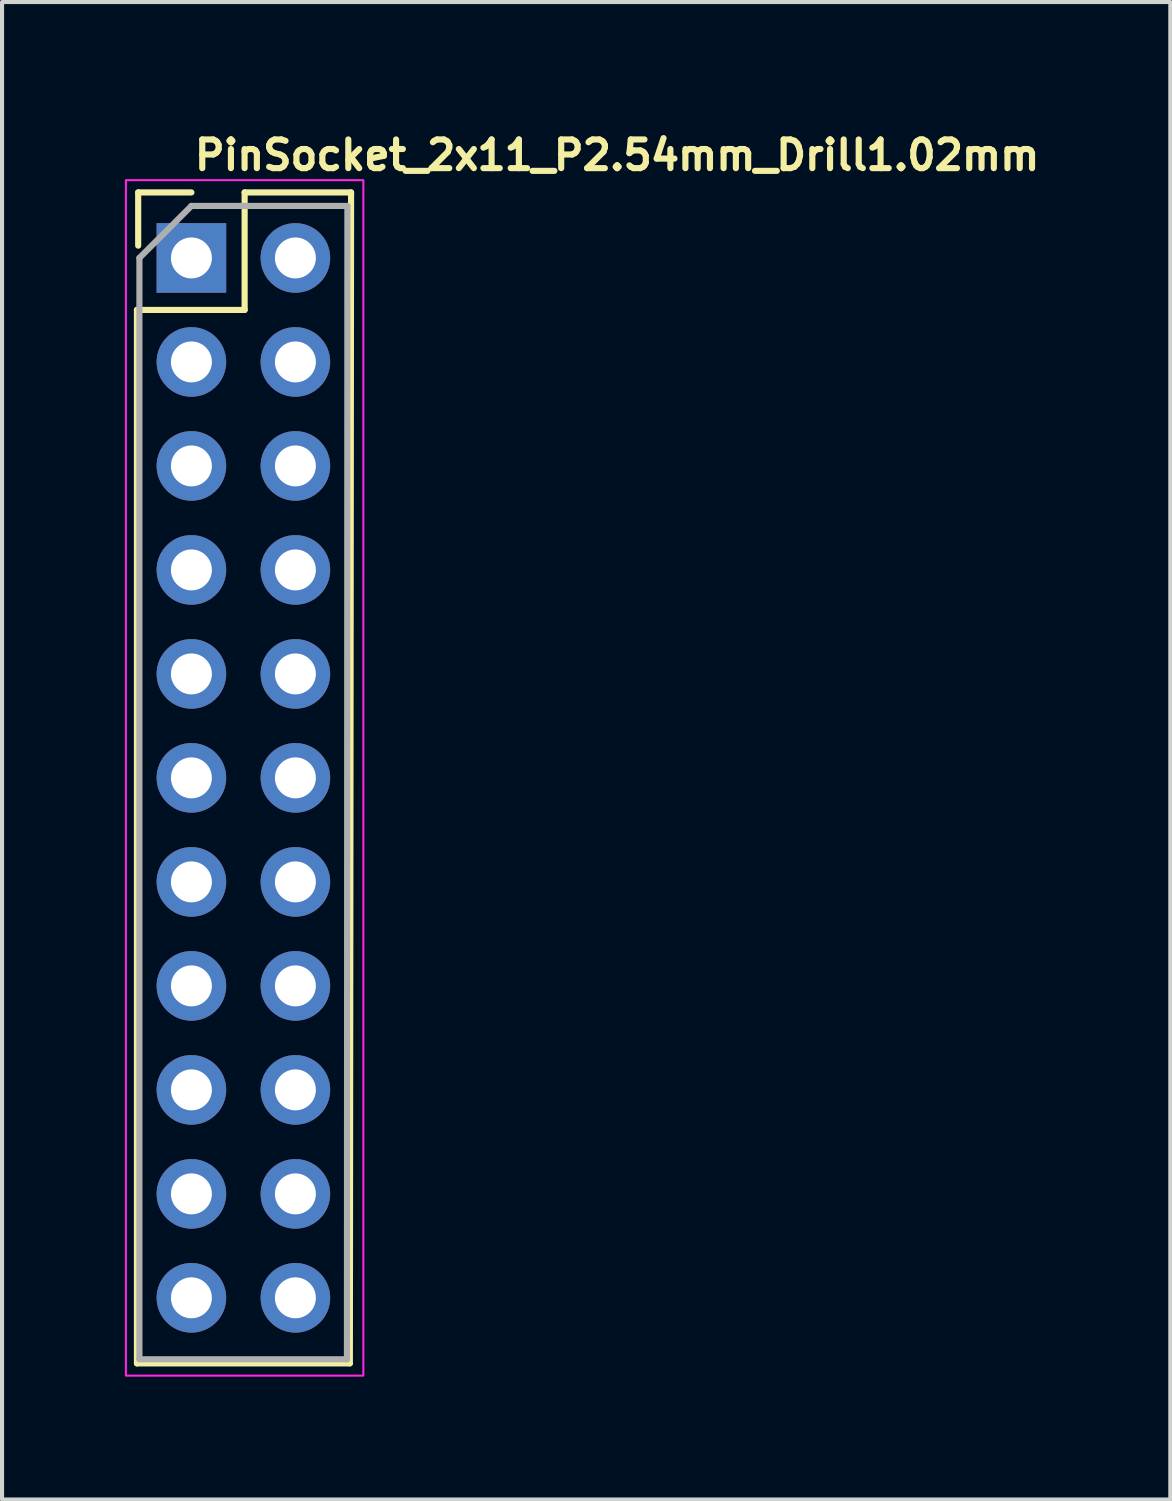
<source format=kicad_pcb>
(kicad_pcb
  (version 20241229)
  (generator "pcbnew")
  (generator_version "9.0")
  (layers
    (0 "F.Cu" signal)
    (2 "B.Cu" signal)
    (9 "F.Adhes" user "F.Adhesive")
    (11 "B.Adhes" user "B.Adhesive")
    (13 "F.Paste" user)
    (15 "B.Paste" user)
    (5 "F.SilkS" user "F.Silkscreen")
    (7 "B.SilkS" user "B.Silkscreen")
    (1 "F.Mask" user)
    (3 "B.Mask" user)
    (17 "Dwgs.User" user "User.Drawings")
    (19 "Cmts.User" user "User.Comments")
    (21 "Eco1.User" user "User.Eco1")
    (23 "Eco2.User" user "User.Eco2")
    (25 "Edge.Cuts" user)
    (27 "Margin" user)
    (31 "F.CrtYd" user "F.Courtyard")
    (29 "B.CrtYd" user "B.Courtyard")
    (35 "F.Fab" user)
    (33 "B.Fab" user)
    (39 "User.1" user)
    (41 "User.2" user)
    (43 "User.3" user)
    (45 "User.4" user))
  (footprint "PinSocket_2x11_P2.54mm_Drill1.02mm"
    (layer "F.Cu")
    (at 1.625 3.25)
    (property "Reference" "PinSocket_2x11_P2.54mm_Drill1.02mm" (at 0 -2.1 0) (layer "F.SilkS") (effects (font (size 0.7 0.7) (thickness 0.15)) (justify left bottom)))
    (attr through_hole)
    (fp_line (start -1.33 1.27) (end -1.33 27) (stroke (width 0.15) (type solid)) (layer "F.SilkS"))
    (fp_line (start -1.33 1.27) (end 1.3 1.27) (stroke (width 0.15) (type solid)) (layer "F.SilkS"))
    (fp_line (start -1.33 27) (end 3.87 27) (stroke (width 0.15) (type solid)) (layer "F.SilkS"))
    (fp_line (start -1.3 -1.6) (end 0 -1.6) (stroke (width 0.15) (type solid)) (layer "F.SilkS"))
    (fp_line (start -1.3 -0.3) (end -1.3 -1.6) (stroke (width 0.15) (type solid)) (layer "F.SilkS"))
    (fp_line (start 1.3 -1.6) (end 3.9 -1.6) (stroke (width 0.15) (type solid)) (layer "F.SilkS"))
    (fp_line (start 1.3 1.27) (end 1.3 -1.6) (stroke (width 0.15) (type solid)) (layer "F.SilkS"))
    (fp_line (start 3.9 -1.6) (end 3.87 27) (stroke (width 0.15) (type solid)) (layer "F.SilkS"))
    (fp_rect (start -1.6 -1.9) (end 4.2 27.3) (stroke (width 0.05) (type solid)) (fill no) (layer "F.CrtYd"))
    (fp_line (start -1.27 0) (end 0 -1.27) (stroke (width 0.15) (type solid)) (layer "F.Fab"))
    (fp_line (start -1.27 26.9) (end -1.27 0) (stroke (width 0.15) (type solid)) (layer "F.Fab"))
    (fp_line (start 0 -1.27) (end 3.81 -1.27) (stroke (width 0.15) (type solid)) (layer "F.Fab"))
    (fp_line (start 3.799 26.9) (end -1.27 26.9) (stroke (width 0.15) (type solid)) (layer "F.Fab"))
    (fp_line (start 3.81 -1.27) (end 3.799 26.9) (stroke (width 0.15) (type solid)) (layer "F.Fab"))
    (fp_rect (start -1.27 -1.52) (end 3.81 26.92) (stroke (width 0.1) (type solid)) (fill no) (layer "User.5"))
    (fp_line (start -1.27 -1.52) (end -1.27 26.92) (stroke (width 0.02) (type solid)) (layer "User.9"))
    (fp_line (start -1.27 -1.52) (end 3.81 -1.52) (stroke (width 0.02) (type solid)) (layer "User.9"))
    (fp_line (start -1.27 26.92) (end 3.81 26.92) (stroke (width 0.02) (type solid)) (layer "User.9"))
    (fp_line (start -0.55 -0.55) (end -0.349 -0.349) (stroke (width 0.02) (type solid)) (layer "User.9"))
    (fp_line (start -0.55 -0.55) (end 0.55 -0.55) (stroke (width 0.02) (type solid)) (layer "User.9"))
    (fp_line (start -0.55 0.55) (end -0.55 -0.55) (stroke (width 0.02) (type solid)) (layer "User.9"))
    (fp_line (start -0.55 0.55) (end -0.349 0.349) (stroke (width 0.02) (type solid)) (layer "User.9"))
    (fp_line (start -0.55 1.99) (end -0.349 2.19) (stroke (width 0.02) (type solid)) (layer "User.9"))
    (fp_line (start -0.55 1.99) (end 0.55 1.99) (stroke (width 0.02) (type solid)) (layer "User.9"))
    (fp_line (start -0.55 3.09) (end -0.55 1.99) (stroke (width 0.02) (type solid)) (layer "User.9"))
    (fp_line (start -0.55 3.09) (end -0.349 2.89) (stroke (width 0.02) (type solid)) (layer "User.9"))
    (fp_line (start -0.55 4.53) (end -0.349 4.73) (stroke (width 0.02) (type solid)) (layer "User.9"))
    (fp_line (start -0.55 4.53) (end 0.55 4.53) (stroke (width 0.02) (type solid)) (layer "User.9"))
    (fp_line (start -0.55 5.63) (end -0.55 4.53) (stroke (width 0.02) (type solid)) (layer "User.9"))
    (fp_line (start -0.55 5.63) (end -0.349 5.43) (stroke (width 0.02) (type solid)) (layer "User.9"))
    (fp_line (start -0.55 7.07) (end -0.349 7.269) (stroke (width 0.02) (type solid)) (layer "User.9"))
    (fp_line (start -0.55 7.07) (end 0.55 7.07) (stroke (width 0.02) (type solid)) (layer "User.9"))
    (fp_line (start -0.55 8.17) (end -0.55 7.07) (stroke (width 0.02) (type solid)) (layer "User.9"))
    (fp_line (start -0.55 8.17) (end -0.349 7.97) (stroke (width 0.02) (type solid)) (layer "User.9"))
    (fp_line (start -0.55 9.61) (end -0.349 9.81) (stroke (width 0.02) (type solid)) (layer "User.9"))
    (fp_line (start -0.55 9.61) (end 0.55 9.61) (stroke (width 0.02) (type solid)) (layer "User.9"))
    (fp_line (start -0.55 10.71) (end -0.55 9.61) (stroke (width 0.02) (type solid)) (layer "User.9"))
    (fp_line (start -0.55 10.71) (end -0.349 10.51) (stroke (width 0.02) (type solid)) (layer "User.9"))
    (fp_line (start -0.55 12.15) (end -0.349 12.35) (stroke (width 0.02) (type solid)) (layer "User.9"))
    (fp_line (start -0.55 12.15) (end 0.55 12.15) (stroke (width 0.02) (type solid)) (layer "User.9"))
    (fp_line (start -0.55 13.25) (end -0.55 12.15) (stroke (width 0.02) (type solid)) (layer "User.9"))
    (fp_line (start -0.55 13.25) (end -0.349 13.05) (stroke (width 0.02) (type solid)) (layer "User.9"))
    (fp_line (start -0.55 14.69) (end -0.349 14.89) (stroke (width 0.02) (type solid)) (layer "User.9"))
    (fp_line (start -0.55 14.69) (end 0.55 14.69) (stroke (width 0.02) (type solid)) (layer "User.9"))
    (fp_line (start -0.55 15.789) (end -0.55 14.69) (stroke (width 0.02) (type solid)) (layer "User.9"))
    (fp_line (start -0.55 15.789) (end -0.349 15.59) (stroke (width 0.02) (type solid)) (layer "User.9"))
    (fp_line (start -0.55 17.23) (end -0.349 17.43) (stroke (width 0.02) (type solid)) (layer "User.9"))
    (fp_line (start -0.55 17.23) (end 0.55 17.23) (stroke (width 0.02) (type solid)) (layer "User.9"))
    (fp_line (start -0.55 18.329) (end -0.55 17.23) (stroke (width 0.02) (type solid)) (layer "User.9"))
    (fp_line (start -0.55 18.329) (end -0.349 18.129) (stroke (width 0.02) (type solid)) (layer "User.9"))
    (fp_line (start -0.55 19.77) (end -0.349 19.969) (stroke (width 0.02) (type solid)) (layer "User.9"))
    (fp_line (start -0.55 19.77) (end 0.55 19.77) (stroke (width 0.02) (type solid)) (layer "User.9"))
    (fp_line (start -0.55 20.87) (end -0.55 19.77) (stroke (width 0.02) (type solid)) (layer "User.9"))
    (fp_line (start -0.55 20.87) (end -0.349 20.67) (stroke (width 0.02) (type solid)) (layer "User.9"))
    (fp_line (start -0.55 22.309) (end -0.349 22.51) (stroke (width 0.02) (type solid)) (layer "User.9"))
    (fp_line (start -0.55 22.309) (end 0.55 22.309) (stroke (width 0.02) (type solid)) (layer "User.9"))
    (fp_line (start -0.55 23.41) (end -0.55 22.309) (stroke (width 0.02) (type solid)) (layer "User.9"))
    (fp_line (start -0.55 23.41) (end -0.349 23.209) (stroke (width 0.02) (type solid)) (layer "User.9"))
    (fp_line (start -0.55 24.85) (end -0.349 25.049) (stroke (width 0.02) (type solid)) (layer "User.9"))
    (fp_line (start -0.55 24.85) (end 0.55 24.85) (stroke (width 0.02) (type solid)) (layer "User.9"))
    (fp_line (start -0.55 25.95) (end -0.55 24.85) (stroke (width 0.02) (type solid)) (layer "User.9"))
    (fp_line (start -0.55 25.95) (end -0.349 25.75) (stroke (width 0.02) (type solid)) (layer "User.9"))
    (fp_line (start -0.349 -0.349) (end -0.349 0.349) (stroke (width 0.02) (type solid)) (layer "User.9"))
    (fp_line (start -0.349 0.349) (end 0.349 0.349) (stroke (width 0.02) (type solid)) (layer "User.9"))
    (fp_line (start -0.349 2.19) (end -0.349 2.89) (stroke (width 0.02) (type solid)) (layer "User.9"))
    (fp_line (start -0.349 2.89) (end 0.349 2.89) (stroke (width 0.02) (type solid)) (layer "User.9"))
    (fp_line (start -0.349 4.73) (end -0.349 5.43) (stroke (width 0.02) (type solid)) (layer "User.9"))
    (fp_line (start -0.349 5.43) (end 0.349 5.43) (stroke (width 0.02) (type solid)) (layer "User.9"))
    (fp_line (start -0.349 7.269) (end -0.349 7.97) (stroke (width 0.02) (type solid)) (layer "User.9"))
    (fp_line (start -0.349 7.97) (end 0.349 7.97) (stroke (width 0.02) (type solid)) (layer "User.9"))
    (fp_line (start -0.349 9.81) (end -0.349 10.51) (stroke (width 0.02) (type solid)) (layer "User.9"))
    (fp_line (start -0.349 10.51) (end 0.349 10.51) (stroke (width 0.02) (type solid)) (layer "User.9"))
    (fp_line (start -0.349 12.35) (end -0.349 13.05) (stroke (width 0.02) (type solid)) (layer "User.9"))
    (fp_line (start -0.349 13.05) (end 0.349 13.05) (stroke (width 0.02) (type solid)) (layer "User.9"))
    (fp_line (start -0.349 14.89) (end -0.349 15.59) (stroke (width 0.02) (type solid)) (layer "User.9"))
    (fp_line (start -0.349 15.59) (end 0.349 15.59) (stroke (width 0.02) (type solid)) (layer "User.9"))
    (fp_line (start -0.349 17.43) (end -0.349 18.129) (stroke (width 0.02) (type solid)) (layer "User.9"))
    (fp_line (start -0.349 18.129) (end 0.349 18.129) (stroke (width 0.02) (type solid)) (layer "User.9"))
    (fp_line (start -0.349 19.969) (end -0.349 20.67) (stroke (width 0.02) (type solid)) (layer "User.9"))
    (fp_line (start -0.349 20.67) (end 0.349 20.67) (stroke (width 0.02) (type solid)) (layer "User.9"))
    (fp_line (start -0.349 22.51) (end -0.349 23.209) (stroke (width 0.02) (type solid)) (layer "User.9"))
    (fp_line (start -0.349 23.209) (end 0.349 23.209) (stroke (width 0.02) (type solid)) (layer "User.9"))
    (fp_line (start -0.349 25.049) (end -0.349 25.75) (stroke (width 0.02) (type solid)) (layer "User.9"))
    (fp_line (start -0.349 25.75) (end 0.349 25.75) (stroke (width 0.02) (type solid)) (layer "User.9"))
    (fp_line (start -0.2 -0.349) (end -0.2 -0.183) (stroke (width 0.02) (type solid)) (layer "User.9"))
    (fp_line (start -0.2 -0.181) (end -0.2 0) (stroke (width 0.02) (type solid)) (layer "User.9"))
    (fp_line (start -0.2 0) (end -0.2 0.181) (stroke (width 0.02) (type solid)) (layer "User.9"))
    (fp_line (start -0.2 0.183) (end -0.2 0.349) (stroke (width 0.02) (type solid)) (layer "User.9"))
    (fp_line (start -0.2 2.19) (end -0.2 2.356) (stroke (width 0.02) (type solid)) (layer "User.9"))
    (fp_line (start -0.2 2.358) (end -0.2 2.54) (stroke (width 0.02) (type solid)) (layer "User.9"))
    (fp_line (start -0.2 2.54) (end -0.2 2.721) (stroke (width 0.02) (type solid)) (layer "User.9"))
    (fp_line (start -0.2 2.723) (end -0.2 2.89) (stroke (width 0.02) (type solid)) (layer "User.9"))
    (fp_line (start -0.2 4.73) (end -0.2 4.896) (stroke (width 0.02) (type solid)) (layer "User.9"))
    (fp_line (start -0.2 4.898) (end -0.2 5.08) (stroke (width 0.02) (type solid)) (layer "User.9"))
    (fp_line (start -0.2 5.08) (end -0.2 5.261) (stroke (width 0.02) (type solid)) (layer "User.9"))
    (fp_line (start -0.2 5.263) (end -0.2 5.43) (stroke (width 0.02) (type solid)) (layer "User.9"))
    (fp_line (start -0.2 7.269) (end -0.2 7.436) (stroke (width 0.02) (type solid)) (layer "User.9"))
    (fp_line (start -0.2 7.438) (end -0.2 7.62) (stroke (width 0.02) (type solid)) (layer "User.9"))
    (fp_line (start -0.2 7.62) (end -0.2 7.801) (stroke (width 0.02) (type solid)) (layer "User.9"))
    (fp_line (start -0.2 7.803) (end -0.2 7.97) (stroke (width 0.02) (type solid)) (layer "User.9"))
    (fp_line (start -0.2 9.81) (end -0.2 9.976) (stroke (width 0.02) (type solid)) (layer "User.9"))
    (fp_line (start -0.2 9.978) (end -0.2 10.16) (stroke (width 0.02) (type solid)) (layer "User.9"))
    (fp_line (start -0.2 10.16) (end -0.2 10.342) (stroke (width 0.02) (type solid)) (layer "User.9"))
    (fp_line (start -0.2 10.343) (end -0.2 10.51) (stroke (width 0.02) (type solid)) (layer "User.9"))
    (fp_line (start -0.2 12.35) (end -0.2 12.516) (stroke (width 0.02) (type solid)) (layer "User.9"))
    (fp_line (start -0.2 12.518) (end -0.2 12.699) (stroke (width 0.02) (type solid)) (layer "User.9"))
    (fp_line (start -0.2 12.699) (end -0.2 12.882) (stroke (width 0.02) (type solid)) (layer "User.9"))
    (fp_line (start -0.2 12.883) (end -0.2 13.05) (stroke (width 0.02) (type solid)) (layer "User.9"))
    (fp_line (start -0.2 14.89) (end -0.2 15.056) (stroke (width 0.02) (type solid)) (layer "User.9"))
    (fp_line (start -0.2 15.058) (end -0.2 15.24) (stroke (width 0.02) (type solid)) (layer "User.9"))
    (fp_line (start -0.2 15.24) (end -0.2 15.422) (stroke (width 0.02) (type solid)) (layer "User.9"))
    (fp_line (start -0.2 15.423) (end -0.2 15.59) (stroke (width 0.02) (type solid)) (layer "User.9"))
    (fp_line (start -0.2 17.43) (end -0.2 17.596) (stroke (width 0.02) (type solid)) (layer "User.9"))
    (fp_line (start -0.2 17.598) (end -0.2 17.78) (stroke (width 0.02) (type solid)) (layer "User.9"))
    (fp_line (start -0.2 17.78) (end -0.2 17.962) (stroke (width 0.02) (type solid)) (layer "User.9"))
    (fp_line (start -0.2 17.963) (end -0.2 18.129) (stroke (width 0.02) (type solid)) (layer "User.9"))
    (fp_line (start -0.2 19.969) (end -0.2 20.136) (stroke (width 0.02) (type solid)) (layer "User.9"))
    (fp_line (start -0.2 20.138) (end -0.2 20.32) (stroke (width 0.02) (type solid)) (layer "User.9"))
    (fp_line (start -0.2 20.32) (end -0.2 20.502) (stroke (width 0.02) (type solid)) (layer "User.9"))
    (fp_line (start -0.2 20.503) (end -0.2 20.67) (stroke (width 0.02) (type solid)) (layer "User.9"))
    (fp_line (start -0.2 22.51) (end -0.2 22.676) (stroke (width 0.02) (type solid)) (layer "User.9"))
    (fp_line (start -0.2 22.677) (end -0.2 22.86) (stroke (width 0.02) (type solid)) (layer "User.9"))
    (fp_line (start -0.2 22.86) (end -0.2 23.042) (stroke (width 0.02) (type solid)) (layer "User.9"))
    (fp_line (start -0.2 23.043) (end -0.2 23.209) (stroke (width 0.02) (type solid)) (layer "User.9"))
    (fp_line (start -0.2 25.049) (end -0.2 25.216) (stroke (width 0.02) (type solid)) (layer "User.9"))
    (fp_line (start -0.2 25.218) (end -0.2 25.399) (stroke (width 0.02) (type solid)) (layer "User.9"))
    (fp_line (start -0.2 25.399) (end -0.2 25.582) (stroke (width 0.02) (type solid)) (layer "User.9"))
    (fp_line (start -0.2 25.583) (end -0.2 25.75) (stroke (width 0.02) (type solid)) (layer "User.9"))
    (fp_line (start 0.2 -0.349) (end 0.2 -0.183) (stroke (width 0.02) (type solid)) (layer "User.9"))
    (fp_line (start 0.2 -0.181) (end -0.2 -0.181) (stroke (width 0.02) (type solid)) (layer "User.9"))
    (fp_line (start 0.2 -0.181) (end 0.2 0) (stroke (width 0.02) (type solid)) (layer "User.9"))
    (fp_line (start 0.2 0) (end -0.2 0) (stroke (width 0.02) (type solid)) (layer "User.9"))
    (fp_line (start 0.2 0) (end 0.2 0.181) (stroke (width 0.02) (type solid)) (layer "User.9"))
    (fp_line (start 0.2 0.181) (end -0.2 0.181) (stroke (width 0.02) (type solid)) (layer "User.9"))
    (fp_line (start 0.2 0.183) (end 0.2 0.349) (stroke (width 0.02) (type solid)) (layer "User.9"))
    (fp_line (start 0.2 2.19) (end 0.2 2.356) (stroke (width 0.02) (type solid)) (layer "User.9"))
    (fp_line (start 0.2 2.358) (end -0.2 2.358) (stroke (width 0.02) (type solid)) (layer "User.9"))
    (fp_line (start 0.2 2.358) (end 0.2 2.54) (stroke (width 0.02) (type solid)) (layer "User.9"))
    (fp_line (start 0.2 2.54) (end -0.2 2.54) (stroke (width 0.02) (type solid)) (layer "User.9"))
    (fp_line (start 0.2 2.54) (end 0.2 2.721) (stroke (width 0.02) (type solid)) (layer "User.9"))
    (fp_line (start 0.2 2.721) (end -0.2 2.721) (stroke (width 0.02) (type solid)) (layer "User.9"))
    (fp_line (start 0.2 2.723) (end 0.2 2.89) (stroke (width 0.02) (type solid)) (layer "User.9"))
    (fp_line (start 0.2 4.73) (end 0.2 4.896) (stroke (width 0.02) (type solid)) (layer "User.9"))
    (fp_line (start 0.2 4.898) (end -0.2 4.898) (stroke (width 0.02) (type solid)) (layer "User.9"))
    (fp_line (start 0.2 4.898) (end 0.2 5.08) (stroke (width 0.02) (type solid)) (layer "User.9"))
    (fp_line (start 0.2 5.08) (end -0.2 5.08) (stroke (width 0.02) (type solid)) (layer "User.9"))
    (fp_line (start 0.2 5.08) (end 0.2 5.261) (stroke (width 0.02) (type solid)) (layer "User.9"))
    (fp_line (start 0.2 5.261) (end -0.2 5.261) (stroke (width 0.02) (type solid)) (layer "User.9"))
    (fp_line (start 0.2 5.263) (end 0.2 5.43) (stroke (width 0.02) (type solid)) (layer "User.9"))
    (fp_line (start 0.2 7.269) (end 0.2 7.436) (stroke (width 0.02) (type solid)) (layer "User.9"))
    (fp_line (start 0.2 7.438) (end -0.2 7.438) (stroke (width 0.02) (type solid)) (layer "User.9"))
    (fp_line (start 0.2 7.438) (end 0.2 7.62) (stroke (width 0.02) (type solid)) (layer "User.9"))
    (fp_line (start 0.2 7.62) (end -0.2 7.62) (stroke (width 0.02) (type solid)) (layer "User.9"))
    (fp_line (start 0.2 7.62) (end 0.2 7.801) (stroke (width 0.02) (type solid)) (layer "User.9"))
    (fp_line (start 0.2 7.801) (end -0.2 7.801) (stroke (width 0.02) (type solid)) (layer "User.9"))
    (fp_line (start 0.2 7.803) (end 0.2 7.97) (stroke (width 0.02) (type solid)) (layer "User.9"))
    (fp_line (start 0.2 9.81) (end 0.2 9.976) (stroke (width 0.02) (type solid)) (layer "User.9"))
    (fp_line (start 0.2 9.978) (end -0.2 9.978) (stroke (width 0.02) (type solid)) (layer "User.9"))
    (fp_line (start 0.2 9.978) (end 0.2 10.16) (stroke (width 0.02) (type solid)) (layer "User.9"))
    (fp_line (start 0.2 10.16) (end -0.2 10.16) (stroke (width 0.02) (type solid)) (layer "User.9"))
    (fp_line (start 0.2 10.16) (end 0.2 10.342) (stroke (width 0.02) (type solid)) (layer "User.9"))
    (fp_line (start 0.2 10.342) (end -0.2 10.342) (stroke (width 0.02) (type solid)) (layer "User.9"))
    (fp_line (start 0.2 10.343) (end 0.2 10.51) (stroke (width 0.02) (type solid)) (layer "User.9"))
    (fp_line (start 0.2 12.35) (end 0.2 12.516) (stroke (width 0.02) (type solid)) (layer "User.9"))
    (fp_line (start 0.2 12.518) (end -0.2 12.518) (stroke (width 0.02) (type solid)) (layer "User.9"))
    (fp_line (start 0.2 12.518) (end 0.2 12.699) (stroke (width 0.02) (type solid)) (layer "User.9"))
    (fp_line (start 0.2 12.699) (end -0.2 12.699) (stroke (width 0.02) (type solid)) (layer "User.9"))
    (fp_line (start 0.2 12.699) (end 0.2 12.882) (stroke (width 0.02) (type solid)) (layer "User.9"))
    (fp_line (start 0.2 12.882) (end -0.2 12.882) (stroke (width 0.02) (type solid)) (layer "User.9"))
    (fp_line (start 0.2 12.883) (end 0.2 13.05) (stroke (width 0.02) (type solid)) (layer "User.9"))
    (fp_line (start 0.2 14.89) (end 0.2 15.056) (stroke (width 0.02) (type solid)) (layer "User.9"))
    (fp_line (start 0.2 15.058) (end -0.2 15.058) (stroke (width 0.02) (type solid)) (layer "User.9"))
    (fp_line (start 0.2 15.058) (end 0.2 15.24) (stroke (width 0.02) (type solid)) (layer "User.9"))
    (fp_line (start 0.2 15.24) (end -0.2 15.24) (stroke (width 0.02) (type solid)) (layer "User.9"))
    (fp_line (start 0.2 15.24) (end 0.2 15.422) (stroke (width 0.02) (type solid)) (layer "User.9"))
    (fp_line (start 0.2 15.422) (end -0.2 15.422) (stroke (width 0.02) (type solid)) (layer "User.9"))
    (fp_line (start 0.2 15.423) (end 0.2 15.59) (stroke (width 0.02) (type solid)) (layer "User.9"))
    (fp_line (start 0.2 17.43) (end 0.2 17.596) (stroke (width 0.02) (type solid)) (layer "User.9"))
    (fp_line (start 0.2 17.598) (end -0.2 17.598) (stroke (width 0.02) (type solid)) (layer "User.9"))
    (fp_line (start 0.2 17.598) (end 0.2 17.78) (stroke (width 0.02) (type solid)) (layer "User.9"))
    (fp_line (start 0.2 17.78) (end -0.2 17.78) (stroke (width 0.02) (type solid)) (layer "User.9"))
    (fp_line (start 0.2 17.78) (end 0.2 17.962) (stroke (width 0.02) (type solid)) (layer "User.9"))
    (fp_line (start 0.2 17.962) (end -0.2 17.962) (stroke (width 0.02) (type solid)) (layer "User.9"))
    (fp_line (start 0.2 17.963) (end 0.2 18.129) (stroke (width 0.02) (type solid)) (layer "User.9"))
    (fp_line (start 0.2 19.969) (end 0.2 20.136) (stroke (width 0.02) (type solid)) (layer "User.9"))
    (fp_line (start 0.2 20.138) (end -0.2 20.138) (stroke (width 0.02) (type solid)) (layer "User.9"))
    (fp_line (start 0.2 20.138) (end 0.2 20.32) (stroke (width 0.02) (type solid)) (layer "User.9"))
    (fp_line (start 0.2 20.32) (end -0.2 20.32) (stroke (width 0.02) (type solid)) (layer "User.9"))
    (fp_line (start 0.2 20.32) (end 0.2 20.502) (stroke (width 0.02) (type solid)) (layer "User.9"))
    (fp_line (start 0.2 20.502) (end -0.2 20.502) (stroke (width 0.02) (type solid)) (layer "User.9"))
    (fp_line (start 0.2 20.503) (end 0.2 20.67) (stroke (width 0.02) (type solid)) (layer "User.9"))
    (fp_line (start 0.2 22.51) (end 0.2 22.676) (stroke (width 0.02) (type solid)) (layer "User.9"))
    (fp_line (start 0.2 22.677) (end -0.2 22.677) (stroke (width 0.02) (type solid)) (layer "User.9"))
    (fp_line (start 0.2 22.677) (end 0.2 22.86) (stroke (width 0.02) (type solid)) (layer "User.9"))
    (fp_line (start 0.2 22.86) (end -0.2 22.86) (stroke (width 0.02) (type solid)) (layer "User.9"))
    (fp_line (start 0.2 22.86) (end 0.2 23.042) (stroke (width 0.02) (type solid)) (layer "User.9"))
    (fp_line (start 0.2 23.042) (end -0.2 23.042) (stroke (width 0.02) (type solid)) (layer "User.9"))
    (fp_line (start 0.2 23.043) (end 0.2 23.209) (stroke (width 0.02) (type solid)) (layer "User.9"))
    (fp_line (start 0.2 25.049) (end 0.2 25.216) (stroke (width 0.02) (type solid)) (layer "User.9"))
    (fp_line (start 0.2 25.218) (end -0.2 25.218) (stroke (width 0.02) (type solid)) (layer "User.9"))
    (fp_line (start 0.2 25.218) (end 0.2 25.399) (stroke (width 0.02) (type solid)) (layer "User.9"))
    (fp_line (start 0.2 25.399) (end -0.2 25.399) (stroke (width 0.02) (type solid)) (layer "User.9"))
    (fp_line (start 0.2 25.399) (end 0.2 25.582) (stroke (width 0.02) (type solid)) (layer "User.9"))
    (fp_line (start 0.2 25.582) (end -0.2 25.582) (stroke (width 0.02) (type solid)) (layer "User.9"))
    (fp_line (start 0.2 25.583) (end 0.2 25.75) (stroke (width 0.02) (type solid)) (layer "User.9"))
    (fp_line (start 0.349 -0.349) (end -0.349 -0.349) (stroke (width 0.02) (type solid)) (layer "User.9"))
    (fp_line (start 0.349 0.349) (end 0.349 -0.349) (stroke (width 0.02) (type solid)) (layer "User.9"))
    (fp_line (start 0.349 0.349) (end 0.55 0.55) (stroke (width 0.02) (type solid)) (layer "User.9"))
    (fp_line (start 0.349 2.19) (end -0.349 2.19) (stroke (width 0.02) (type solid)) (layer "User.9"))
    (fp_line (start 0.349 2.89) (end 0.349 2.19) (stroke (width 0.02) (type solid)) (layer "User.9"))
    (fp_line (start 0.349 2.89) (end 0.55 3.09) (stroke (width 0.02) (type solid)) (layer "User.9"))
    (fp_line (start 0.349 4.73) (end -0.349 4.73) (stroke (width 0.02) (type solid)) (layer "User.9"))
    (fp_line (start 0.349 5.43) (end 0.349 4.73) (stroke (width 0.02) (type solid)) (layer "User.9"))
    (fp_line (start 0.349 5.43) (end 0.55 5.63) (stroke (width 0.02) (type solid)) (layer "User.9"))
    (fp_line (start 0.349 7.269) (end -0.349 7.269) (stroke (width 0.02) (type solid)) (layer "User.9"))
    (fp_line (start 0.349 7.97) (end 0.349 7.269) (stroke (width 0.02) (type solid)) (layer "User.9"))
    (fp_line (start 0.349 7.97) (end 0.55 8.17) (stroke (width 0.02) (type solid)) (layer "User.9"))
    (fp_line (start 0.349 9.81) (end -0.349 9.81) (stroke (width 0.02) (type solid)) (layer "User.9"))
    (fp_line (start 0.349 10.51) (end 0.349 9.81) (stroke (width 0.02) (type solid)) (layer "User.9"))
    (fp_line (start 0.349 10.51) (end 0.55 10.71) (stroke (width 0.02) (type solid)) (layer "User.9"))
    (fp_line (start 0.349 12.35) (end -0.349 12.35) (stroke (width 0.02) (type solid)) (layer "User.9"))
    (fp_line (start 0.349 13.05) (end 0.349 12.35) (stroke (width 0.02) (type solid)) (layer "User.9"))
    (fp_line (start 0.349 13.05) (end 0.55 13.25) (stroke (width 0.02) (type solid)) (layer "User.9"))
    (fp_line (start 0.349 14.89) (end -0.349 14.89) (stroke (width 0.02) (type solid)) (layer "User.9"))
    (fp_line (start 0.349 15.59) (end 0.349 14.89) (stroke (width 0.02) (type solid)) (layer "User.9"))
    (fp_line (start 0.349 15.59) (end 0.55 15.789) (stroke (width 0.02) (type solid)) (layer "User.9"))
    (fp_line (start 0.349 17.43) (end -0.349 17.43) (stroke (width 0.02) (type solid)) (layer "User.9"))
    (fp_line (start 0.349 18.129) (end 0.349 17.43) (stroke (width 0.02) (type solid)) (layer "User.9"))
    (fp_line (start 0.349 18.129) (end 0.55 18.329) (stroke (width 0.02) (type solid)) (layer "User.9"))
    (fp_line (start 0.349 19.969) (end -0.349 19.969) (stroke (width 0.02) (type solid)) (layer "User.9"))
    (fp_line (start 0.349 20.67) (end 0.349 19.969) (stroke (width 0.02) (type solid)) (layer "User.9"))
    (fp_line (start 0.349 20.67) (end 0.55 20.87) (stroke (width 0.02) (type solid)) (layer "User.9"))
    (fp_line (start 0.349 22.51) (end -0.349 22.51) (stroke (width 0.02) (type solid)) (layer "User.9"))
    (fp_line (start 0.349 23.209) (end 0.349 22.51) (stroke (width 0.02) (type solid)) (layer "User.9"))
    (fp_line (start 0.349 23.209) (end 0.55 23.41) (stroke (width 0.02) (type solid)) (layer "User.9"))
    (fp_line (start 0.349 25.049) (end -0.349 25.049) (stroke (width 0.02) (type solid)) (layer "User.9"))
    (fp_line (start 0.349 25.75) (end 0.349 25.049) (stroke (width 0.02) (type solid)) (layer "User.9"))
    (fp_line (start 0.349 25.75) (end 0.55 25.95) (stroke (width 0.02) (type solid)) (layer "User.9"))
    (fp_line (start 0.55 -0.55) (end 0.349 -0.349) (stroke (width 0.02) (type solid)) (layer "User.9"))
    (fp_line (start 0.55 -0.55) (end 0.55 0.55) (stroke (width 0.02) (type solid)) (layer "User.9"))
    (fp_line (start 0.55 0.55) (end -0.55 0.55) (stroke (width 0.02) (type solid)) (layer "User.9"))
    (fp_line (start 0.55 1.99) (end 0.349 2.19) (stroke (width 0.02) (type solid)) (layer "User.9"))
    (fp_line (start 0.55 1.99) (end 0.55 3.09) (stroke (width 0.02) (type solid)) (layer "User.9"))
    (fp_line (start 0.55 3.09) (end -0.55 3.09) (stroke (width 0.02) (type solid)) (layer "User.9"))
    (fp_line (start 0.55 4.53) (end 0.349 4.73) (stroke (width 0.02) (type solid)) (layer "User.9"))
    (fp_line (start 0.55 4.53) (end 0.55 5.63) (stroke (width 0.02) (type solid)) (layer "User.9"))
    (fp_line (start 0.55 5.63) (end -0.55 5.63) (stroke (width 0.02) (type solid)) (layer "User.9"))
    (fp_line (start 0.55 7.07) (end 0.349 7.269) (stroke (width 0.02) (type solid)) (layer "User.9"))
    (fp_line (start 0.55 7.07) (end 0.55 8.17) (stroke (width 0.02) (type solid)) (layer "User.9"))
    (fp_line (start 0.55 8.17) (end -0.55 8.17) (stroke (width 0.02) (type solid)) (layer "User.9"))
    (fp_line (start 0.55 9.61) (end 0.349 9.81) (stroke (width 0.02) (type solid)) (layer "User.9"))
    (fp_line (start 0.55 9.61) (end 0.55 10.71) (stroke (width 0.02) (type solid)) (layer "User.9"))
    (fp_line (start 0.55 10.71) (end -0.55 10.71) (stroke (width 0.02) (type solid)) (layer "User.9"))
    (fp_line (start 0.55 12.15) (end 0.349 12.35) (stroke (width 0.02) (type solid)) (layer "User.9"))
    (fp_line (start 0.55 12.15) (end 0.55 13.25) (stroke (width 0.02) (type solid)) (layer "User.9"))
    (fp_line (start 0.55 13.25) (end -0.55 13.25) (stroke (width 0.02) (type solid)) (layer "User.9"))
    (fp_line (start 0.55 14.69) (end 0.349 14.89) (stroke (width 0.02) (type solid)) (layer "User.9"))
    (fp_line (start 0.55 14.69) (end 0.55 15.789) (stroke (width 0.02) (type solid)) (layer "User.9"))
    (fp_line (start 0.55 15.789) (end -0.55 15.789) (stroke (width 0.02) (type solid)) (layer "User.9"))
    (fp_line (start 0.55 17.23) (end 0.349 17.43) (stroke (width 0.02) (type solid)) (layer "User.9"))
    (fp_line (start 0.55 17.23) (end 0.55 18.329) (stroke (width 0.02) (type solid)) (layer "User.9"))
    (fp_line (start 0.55 18.329) (end -0.55 18.329) (stroke (width 0.02) (type solid)) (layer "User.9"))
    (fp_line (start 0.55 19.77) (end 0.349 19.969) (stroke (width 0.02) (type solid)) (layer "User.9"))
    (fp_line (start 0.55 19.77) (end 0.55 20.87) (stroke (width 0.02) (type solid)) (layer "User.9"))
    (fp_line (start 0.55 20.87) (end -0.55 20.87) (stroke (width 0.02) (type solid)) (layer "User.9"))
    (fp_line (start 0.55 22.309) (end 0.349 22.51) (stroke (width 0.02) (type solid)) (layer "User.9"))
    (fp_line (start 0.55 22.309) (end 0.55 23.41) (stroke (width 0.02) (type solid)) (layer "User.9"))
    (fp_line (start 0.55 23.41) (end -0.55 23.41) (stroke (width 0.02) (type solid)) (layer "User.9"))
    (fp_line (start 0.55 24.85) (end 0.349 25.049) (stroke (width 0.02) (type solid)) (layer "User.9"))
    (fp_line (start 0.55 24.85) (end 0.55 25.95) (stroke (width 0.02) (type solid)) (layer "User.9"))
    (fp_line (start 0.55 25.95) (end -0.55 25.95) (stroke (width 0.02) (type solid)) (layer "User.9"))
    (fp_line (start 1.99 -0.55) (end 2.19 -0.349) (stroke (width 0.02) (type solid)) (layer "User.9"))
    (fp_line (start 1.99 -0.55) (end 3.09 -0.55) (stroke (width 0.02) (type solid)) (layer "User.9"))
    (fp_line (start 1.99 0.55) (end 1.99 -0.55) (stroke (width 0.02) (type solid)) (layer "User.9"))
    (fp_line (start 1.99 0.55) (end 2.19 0.349) (stroke (width 0.02) (type solid)) (layer "User.9"))
    (fp_line (start 1.99 1.99) (end 2.19 2.19) (stroke (width 0.02) (type solid)) (layer "User.9"))
    (fp_line (start 1.99 1.99) (end 3.09 1.99) (stroke (width 0.02) (type solid)) (layer "User.9"))
    (fp_line (start 1.99 3.09) (end 1.99 1.99) (stroke (width 0.02) (type solid)) (layer "User.9"))
    (fp_line (start 1.99 3.09) (end 2.19 2.89) (stroke (width 0.02) (type solid)) (layer "User.9"))
    (fp_line (start 1.99 4.53) (end 2.19 4.73) (stroke (width 0.02) (type solid)) (layer "User.9"))
    (fp_line (start 1.99 4.53) (end 3.09 4.53) (stroke (width 0.02) (type solid)) (layer "User.9"))
    (fp_line (start 1.99 5.63) (end 1.99 4.53) (stroke (width 0.02) (type solid)) (layer "User.9"))
    (fp_line (start 1.99 5.63) (end 2.19 5.43) (stroke (width 0.02) (type solid)) (layer "User.9"))
    (fp_line (start 1.99 7.07) (end 2.19 7.269) (stroke (width 0.02) (type solid)) (layer "User.9"))
    (fp_line (start 1.99 7.07) (end 3.09 7.07) (stroke (width 0.02) (type solid)) (layer "User.9"))
    (fp_line (start 1.99 8.17) (end 1.99 7.07) (stroke (width 0.02) (type solid)) (layer "User.9"))
    (fp_line (start 1.99 8.17) (end 2.19 7.97) (stroke (width 0.02) (type solid)) (layer "User.9"))
    (fp_line (start 1.99 9.61) (end 2.19 9.81) (stroke (width 0.02) (type solid)) (layer "User.9"))
    (fp_line (start 1.99 9.61) (end 3.09 9.61) (stroke (width 0.02) (type solid)) (layer "User.9"))
    (fp_line (start 1.99 10.71) (end 1.99 9.61) (stroke (width 0.02) (type solid)) (layer "User.9"))
    (fp_line (start 1.99 10.71) (end 2.19 10.51) (stroke (width 0.02) (type solid)) (layer "User.9"))
    (fp_line (start 1.99 12.15) (end 2.19 12.35) (stroke (width 0.02) (type solid)) (layer "User.9"))
    (fp_line (start 1.99 12.15) (end 3.09 12.15) (stroke (width 0.02) (type solid)) (layer "User.9"))
    (fp_line (start 1.99 13.25) (end 1.99 12.15) (stroke (width 0.02) (type solid)) (layer "User.9"))
    (fp_line (start 1.99 13.25) (end 2.19 13.05) (stroke (width 0.02) (type solid)) (layer "User.9"))
    (fp_line (start 1.99 14.69) (end 2.19 14.89) (stroke (width 0.02) (type solid)) (layer "User.9"))
    (fp_line (start 1.99 14.69) (end 3.09 14.69) (stroke (width 0.02) (type solid)) (layer "User.9"))
    (fp_line (start 1.99 15.789) (end 1.99 14.69) (stroke (width 0.02) (type solid)) (layer "User.9"))
    (fp_line (start 1.99 15.789) (end 2.19 15.59) (stroke (width 0.02) (type solid)) (layer "User.9"))
    (fp_line (start 1.99 17.23) (end 2.19 17.43) (stroke (width 0.02) (type solid)) (layer "User.9"))
    (fp_line (start 1.99 17.23) (end 3.09 17.23) (stroke (width 0.02) (type solid)) (layer "User.9"))
    (fp_line (start 1.99 18.329) (end 1.99 17.23) (stroke (width 0.02) (type solid)) (layer "User.9"))
    (fp_line (start 1.99 18.329) (end 2.19 18.129) (stroke (width 0.02) (type solid)) (layer "User.9"))
    (fp_line (start 1.99 19.77) (end 2.19 19.969) (stroke (width 0.02) (type solid)) (layer "User.9"))
    (fp_line (start 1.99 19.77) (end 3.09 19.77) (stroke (width 0.02) (type solid)) (layer "User.9"))
    (fp_line (start 1.99 20.87) (end 1.99 19.77) (stroke (width 0.02) (type solid)) (layer "User.9"))
    (fp_line (start 1.99 20.87) (end 2.19 20.67) (stroke (width 0.02) (type solid)) (layer "User.9"))
    (fp_line (start 1.99 22.309) (end 2.19 22.51) (stroke (width 0.02) (type solid)) (layer "User.9"))
    (fp_line (start 1.99 22.309) (end 3.09 22.309) (stroke (width 0.02) (type solid)) (layer "User.9"))
    (fp_line (start 1.99 23.41) (end 1.99 22.309) (stroke (width 0.02) (type solid)) (layer "User.9"))
    (fp_line (start 1.99 23.41) (end 2.19 23.209) (stroke (width 0.02) (type solid)) (layer "User.9"))
    (fp_line (start 1.99 24.85) (end 2.19 25.049) (stroke (width 0.02) (type solid)) (layer "User.9"))
    (fp_line (start 1.99 24.85) (end 3.09 24.85) (stroke (width 0.02) (type solid)) (layer "User.9"))
    (fp_line (start 1.99 25.95) (end 1.99 24.85) (stroke (width 0.02) (type solid)) (layer "User.9"))
    (fp_line (start 1.99 25.95) (end 2.19 25.75) (stroke (width 0.02) (type solid)) (layer "User.9"))
    (fp_line (start 2.19 -0.349) (end 2.19 0.349) (stroke (width 0.02) (type solid)) (layer "User.9"))
    (fp_line (start 2.19 0.349) (end 2.89 0.349) (stroke (width 0.02) (type solid)) (layer "User.9"))
    (fp_line (start 2.19 2.19) (end 2.19 2.89) (stroke (width 0.02) (type solid)) (layer "User.9"))
    (fp_line (start 2.19 2.89) (end 2.89 2.89) (stroke (width 0.02) (type solid)) (layer "User.9"))
    (fp_line (start 2.19 4.73) (end 2.19 5.43) (stroke (width 0.02) (type solid)) (layer "User.9"))
    (fp_line (start 2.19 5.43) (end 2.89 5.43) (stroke (width 0.02) (type solid)) (layer "User.9"))
    (fp_line (start 2.19 7.269) (end 2.19 7.97) (stroke (width 0.02) (type solid)) (layer "User.9"))
    (fp_line (start 2.19 7.97) (end 2.89 7.97) (stroke (width 0.02) (type solid)) (layer "User.9"))
    (fp_line (start 2.19 9.81) (end 2.19 10.51) (stroke (width 0.02) (type solid)) (layer "User.9"))
    (fp_line (start 2.19 10.51) (end 2.89 10.51) (stroke (width 0.02) (type solid)) (layer "User.9"))
    (fp_line (start 2.19 12.35) (end 2.19 13.05) (stroke (width 0.02) (type solid)) (layer "User.9"))
    (fp_line (start 2.19 13.05) (end 2.89 13.05) (stroke (width 0.02) (type solid)) (layer "User.9"))
    (fp_line (start 2.19 14.89) (end 2.19 15.59) (stroke (width 0.02) (type solid)) (layer "User.9"))
    (fp_line (start 2.19 15.59) (end 2.89 15.59) (stroke (width 0.02) (type solid)) (layer "User.9"))
    (fp_line (start 2.19 17.43) (end 2.19 18.129) (stroke (width 0.02) (type solid)) (layer "User.9"))
    (fp_line (start 2.19 18.129) (end 2.89 18.129) (stroke (width 0.02) (type solid)) (layer "User.9"))
    (fp_line (start 2.19 19.969) (end 2.19 20.67) (stroke (width 0.02) (type solid)) (layer "User.9"))
    (fp_line (start 2.19 20.67) (end 2.89 20.67) (stroke (width 0.02) (type solid)) (layer "User.9"))
    (fp_line (start 2.19 22.51) (end 2.19 23.209) (stroke (width 0.02) (type solid)) (layer "User.9"))
    (fp_line (start 2.19 23.209) (end 2.89 23.209) (stroke (width 0.02) (type solid)) (layer "User.9"))
    (fp_line (start 2.19 25.049) (end 2.19 25.75) (stroke (width 0.02) (type solid)) (layer "User.9"))
    (fp_line (start 2.19 25.75) (end 2.89 25.75) (stroke (width 0.02) (type solid)) (layer "User.9"))
    (fp_line (start 2.34 -0.349) (end 2.34 -0.183) (stroke (width 0.02) (type solid)) (layer "User.9"))
    (fp_line (start 2.34 -0.181) (end 2.34 0) (stroke (width 0.02) (type solid)) (layer "User.9"))
    (fp_line (start 2.34 0) (end 2.34 0.181) (stroke (width 0.02) (type solid)) (layer "User.9"))
    (fp_line (start 2.34 0.183) (end 2.34 0.349) (stroke (width 0.02) (type solid)) (layer "User.9"))
    (fp_line (start 2.34 2.19) (end 2.34 2.356) (stroke (width 0.02) (type solid)) (layer "User.9"))
    (fp_line (start 2.34 2.358) (end 2.34 2.54) (stroke (width 0.02) (type solid)) (layer "User.9"))
    (fp_line (start 2.34 2.54) (end 2.34 2.721) (stroke (width 0.02) (type solid)) (layer "User.9"))
    (fp_line (start 2.34 2.723) (end 2.34 2.89) (stroke (width 0.02) (type solid)) (layer "User.9"))
    (fp_line (start 2.34 4.73) (end 2.34 4.896) (stroke (width 0.02) (type solid)) (layer "User.9"))
    (fp_line (start 2.34 4.898) (end 2.34 5.08) (stroke (width 0.02) (type solid)) (layer "User.9"))
    (fp_line (start 2.34 5.08) (end 2.34 5.261) (stroke (width 0.02) (type solid)) (layer "User.9"))
    (fp_line (start 2.34 5.263) (end 2.34 5.43) (stroke (width 0.02) (type solid)) (layer "User.9"))
    (fp_line (start 2.34 7.269) (end 2.34 7.436) (stroke (width 0.02) (type solid)) (layer "User.9"))
    (fp_line (start 2.34 7.438) (end 2.34 7.62) (stroke (width 0.02) (type solid)) (layer "User.9"))
    (fp_line (start 2.34 7.62) (end 2.34 7.801) (stroke (width 0.02) (type solid)) (layer "User.9"))
    (fp_line (start 2.34 7.803) (end 2.34 7.97) (stroke (width 0.02) (type solid)) (layer "User.9"))
    (fp_line (start 2.34 9.81) (end 2.34 9.976) (stroke (width 0.02) (type solid)) (layer "User.9"))
    (fp_line (start 2.34 9.978) (end 2.34 10.16) (stroke (width 0.02) (type solid)) (layer "User.9"))
    (fp_line (start 2.34 10.16) (end 2.34 10.342) (stroke (width 0.02) (type solid)) (layer "User.9"))
    (fp_line (start 2.34 10.343) (end 2.34 10.51) (stroke (width 0.02) (type solid)) (layer "User.9"))
    (fp_line (start 2.34 12.35) (end 2.34 12.516) (stroke (width 0.02) (type solid)) (layer "User.9"))
    (fp_line (start 2.34 12.518) (end 2.34 12.699) (stroke (width 0.02) (type solid)) (layer "User.9"))
    (fp_line (start 2.34 12.699) (end 2.34 12.882) (stroke (width 0.02) (type solid)) (layer "User.9"))
    (fp_line (start 2.34 12.883) (end 2.34 13.05) (stroke (width 0.02) (type solid)) (layer "User.9"))
    (fp_line (start 2.34 14.89) (end 2.34 15.056) (stroke (width 0.02) (type solid)) (layer "User.9"))
    (fp_line (start 2.34 15.058) (end 2.34 15.24) (stroke (width 0.02) (type solid)) (layer "User.9"))
    (fp_line (start 2.34 15.24) (end 2.34 15.422) (stroke (width 0.02) (type solid)) (layer "User.9"))
    (fp_line (start 2.34 15.423) (end 2.34 15.59) (stroke (width 0.02) (type solid)) (layer "User.9"))
    (fp_line (start 2.34 17.43) (end 2.34 17.596) (stroke (width 0.02) (type solid)) (layer "User.9"))
    (fp_line (start 2.34 17.598) (end 2.34 17.78) (stroke (width 0.02) (type solid)) (layer "User.9"))
    (fp_line (start 2.34 17.78) (end 2.34 17.962) (stroke (width 0.02) (type solid)) (layer "User.9"))
    (fp_line (start 2.34 17.963) (end 2.34 18.129) (stroke (width 0.02) (type solid)) (layer "User.9"))
    (fp_line (start 2.34 19.969) (end 2.34 20.136) (stroke (width 0.02) (type solid)) (layer "User.9"))
    (fp_line (start 2.34 20.138) (end 2.34 20.32) (stroke (width 0.02) (type solid)) (layer "User.9"))
    (fp_line (start 2.34 20.32) (end 2.34 20.502) (stroke (width 0.02) (type solid)) (layer "User.9"))
    (fp_line (start 2.34 20.503) (end 2.34 20.67) (stroke (width 0.02) (type solid)) (layer "User.9"))
    (fp_line (start 2.34 22.51) (end 2.34 22.676) (stroke (width 0.02) (type solid)) (layer "User.9"))
    (fp_line (start 2.34 22.677) (end 2.34 22.86) (stroke (width 0.02) (type solid)) (layer "User.9"))
    (fp_line (start 2.34 22.86) (end 2.34 23.042) (stroke (width 0.02) (type solid)) (layer "User.9"))
    (fp_line (start 2.34 23.043) (end 2.34 23.209) (stroke (width 0.02) (type solid)) (layer "User.9"))
    (fp_line (start 2.34 25.049) (end 2.34 25.216) (stroke (width 0.02) (type solid)) (layer "User.9"))
    (fp_line (start 2.34 25.218) (end 2.34 25.399) (stroke (width 0.02) (type solid)) (layer "User.9"))
    (fp_line (start 2.34 25.399) (end 2.34 25.582) (stroke (width 0.02) (type solid)) (layer "User.9"))
    (fp_line (start 2.34 25.583) (end 2.34 25.75) (stroke (width 0.02) (type solid)) (layer "User.9"))
    (fp_line (start 2.74 -0.349) (end 2.74 -0.183) (stroke (width 0.02) (type solid)) (layer "User.9"))
    (fp_line (start 2.74 -0.181) (end 2.34 -0.181) (stroke (width 0.02) (type solid)) (layer "User.9"))
    (fp_line (start 2.74 -0.181) (end 2.74 0) (stroke (width 0.02) (type solid)) (layer "User.9"))
    (fp_line (start 2.74 0) (end 2.34 0) (stroke (width 0.02) (type solid)) (layer "User.9"))
    (fp_line (start 2.74 0) (end 2.74 0.181) (stroke (width 0.02) (type solid)) (layer "User.9"))
    (fp_line (start 2.74 0.181) (end 2.34 0.181) (stroke (width 0.02) (type solid)) (layer "User.9"))
    (fp_line (start 2.74 0.183) (end 2.74 0.349) (stroke (width 0.02) (type solid)) (layer "User.9"))
    (fp_line (start 2.74 2.19) (end 2.74 2.356) (stroke (width 0.02) (type solid)) (layer "User.9"))
    (fp_line (start 2.74 2.358) (end 2.34 2.358) (stroke (width 0.02) (type solid)) (layer "User.9"))
    (fp_line (start 2.74 2.358) (end 2.74 2.54) (stroke (width 0.02) (type solid)) (layer "User.9"))
    (fp_line (start 2.74 2.54) (end 2.34 2.54) (stroke (width 0.02) (type solid)) (layer "User.9"))
    (fp_line (start 2.74 2.54) (end 2.74 2.721) (stroke (width 0.02) (type solid)) (layer "User.9"))
    (fp_line (start 2.74 2.721) (end 2.34 2.721) (stroke (width 0.02) (type solid)) (layer "User.9"))
    (fp_line (start 2.74 2.723) (end 2.74 2.89) (stroke (width 0.02) (type solid)) (layer "User.9"))
    (fp_line (start 2.74 4.73) (end 2.74 4.896) (stroke (width 0.02) (type solid)) (layer "User.9"))
    (fp_line (start 2.74 4.898) (end 2.34 4.898) (stroke (width 0.02) (type solid)) (layer "User.9"))
    (fp_line (start 2.74 4.898) (end 2.74 5.08) (stroke (width 0.02) (type solid)) (layer "User.9"))
    (fp_line (start 2.74 5.08) (end 2.34 5.08) (stroke (width 0.02) (type solid)) (layer "User.9"))
    (fp_line (start 2.74 5.08) (end 2.74 5.261) (stroke (width 0.02) (type solid)) (layer "User.9"))
    (fp_line (start 2.74 5.261) (end 2.34 5.261) (stroke (width 0.02) (type solid)) (layer "User.9"))
    (fp_line (start 2.74 5.263) (end 2.74 5.43) (stroke (width 0.02) (type solid)) (layer "User.9"))
    (fp_line (start 2.74 7.269) (end 2.74 7.436) (stroke (width 0.02) (type solid)) (layer "User.9"))
    (fp_line (start 2.74 7.438) (end 2.34 7.438) (stroke (width 0.02) (type solid)) (layer "User.9"))
    (fp_line (start 2.74 7.438) (end 2.74 7.62) (stroke (width 0.02) (type solid)) (layer "User.9"))
    (fp_line (start 2.74 7.62) (end 2.34 7.62) (stroke (width 0.02) (type solid)) (layer "User.9"))
    (fp_line (start 2.74 7.62) (end 2.74 7.801) (stroke (width 0.02) (type solid)) (layer "User.9"))
    (fp_line (start 2.74 7.801) (end 2.34 7.801) (stroke (width 0.02) (type solid)) (layer "User.9"))
    (fp_line (start 2.74 7.803) (end 2.74 7.97) (stroke (width 0.02) (type solid)) (layer "User.9"))
    (fp_line (start 2.74 9.81) (end 2.74 9.976) (stroke (width 0.02) (type solid)) (layer "User.9"))
    (fp_line (start 2.74 9.978) (end 2.34 9.978) (stroke (width 0.02) (type solid)) (layer "User.9"))
    (fp_line (start 2.74 9.978) (end 2.74 10.16) (stroke (width 0.02) (type solid)) (layer "User.9"))
    (fp_line (start 2.74 10.16) (end 2.34 10.16) (stroke (width 0.02) (type solid)) (layer "User.9"))
    (fp_line (start 2.74 10.16) (end 2.74 10.342) (stroke (width 0.02) (type solid)) (layer "User.9"))
    (fp_line (start 2.74 10.342) (end 2.34 10.342) (stroke (width 0.02) (type solid)) (layer "User.9"))
    (fp_line (start 2.74 10.343) (end 2.74 10.51) (stroke (width 0.02) (type solid)) (layer "User.9"))
    (fp_line (start 2.74 12.35) (end 2.74 12.516) (stroke (width 0.02) (type solid)) (layer "User.9"))
    (fp_line (start 2.74 12.518) (end 2.34 12.518) (stroke (width 0.02) (type solid)) (layer "User.9"))
    (fp_line (start 2.74 12.518) (end 2.74 12.699) (stroke (width 0.02) (type solid)) (layer "User.9"))
    (fp_line (start 2.74 12.699) (end 2.34 12.699) (stroke (width 0.02) (type solid)) (layer "User.9"))
    (fp_line (start 2.74 12.699) (end 2.74 12.882) (stroke (width 0.02) (type solid)) (layer "User.9"))
    (fp_line (start 2.74 12.882) (end 2.34 12.882) (stroke (width 0.02) (type solid)) (layer "User.9"))
    (fp_line (start 2.74 12.883) (end 2.74 13.05) (stroke (width 0.02) (type solid)) (layer "User.9"))
    (fp_line (start 2.74 14.89) (end 2.74 15.056) (stroke (width 0.02) (type solid)) (layer "User.9"))
    (fp_line (start 2.74 15.058) (end 2.34 15.058) (stroke (width 0.02) (type solid)) (layer "User.9"))
    (fp_line (start 2.74 15.058) (end 2.74 15.24) (stroke (width 0.02) (type solid)) (layer "User.9"))
    (fp_line (start 2.74 15.24) (end 2.34 15.24) (stroke (width 0.02) (type solid)) (layer "User.9"))
    (fp_line (start 2.74 15.24) (end 2.74 15.422) (stroke (width 0.02) (type solid)) (layer "User.9"))
    (fp_line (start 2.74 15.422) (end 2.34 15.422) (stroke (width 0.02) (type solid)) (layer "User.9"))
    (fp_line (start 2.74 15.423) (end 2.74 15.59) (stroke (width 0.02) (type solid)) (layer "User.9"))
    (fp_line (start 2.74 17.43) (end 2.74 17.596) (stroke (width 0.02) (type solid)) (layer "User.9"))
    (fp_line (start 2.74 17.598) (end 2.34 17.598) (stroke (width 0.02) (type solid)) (layer "User.9"))
    (fp_line (start 2.74 17.598) (end 2.74 17.78) (stroke (width 0.02) (type solid)) (layer "User.9"))
    (fp_line (start 2.74 17.78) (end 2.34 17.78) (stroke (width 0.02) (type solid)) (layer "User.9"))
    (fp_line (start 2.74 17.78) (end 2.74 17.962) (stroke (width 0.02) (type solid)) (layer "User.9"))
    (fp_line (start 2.74 17.962) (end 2.34 17.962) (stroke (width 0.02) (type solid)) (layer "User.9"))
    (fp_line (start 2.74 17.963) (end 2.74 18.129) (stroke (width 0.02) (type solid)) (layer "User.9"))
    (fp_line (start 2.74 19.969) (end 2.74 20.136) (stroke (width 0.02) (type solid)) (layer "User.9"))
    (fp_line (start 2.74 20.138) (end 2.34 20.138) (stroke (width 0.02) (type solid)) (layer "User.9"))
    (fp_line (start 2.74 20.138) (end 2.74 20.32) (stroke (width 0.02) (type solid)) (layer "User.9"))
    (fp_line (start 2.74 20.32) (end 2.34 20.32) (stroke (width 0.02) (type solid)) (layer "User.9"))
    (fp_line (start 2.74 20.32) (end 2.74 20.502) (stroke (width 0.02) (type solid)) (layer "User.9"))
    (fp_line (start 2.74 20.502) (end 2.34 20.502) (stroke (width 0.02) (type solid)) (layer "User.9"))
    (fp_line (start 2.74 20.503) (end 2.74 20.67) (stroke (width 0.02) (type solid)) (layer "User.9"))
    (fp_line (start 2.74 22.51) (end 2.74 22.676) (stroke (width 0.02) (type solid)) (layer "User.9"))
    (fp_line (start 2.74 22.677) (end 2.34 22.677) (stroke (width 0.02) (type solid)) (layer "User.9"))
    (fp_line (start 2.74 22.677) (end 2.74 22.86) (stroke (width 0.02) (type solid)) (layer "User.9"))
    (fp_line (start 2.74 22.86) (end 2.34 22.86) (stroke (width 0.02) (type solid)) (layer "User.9"))
    (fp_line (start 2.74 22.86) (end 2.74 23.042) (stroke (width 0.02) (type solid)) (layer "User.9"))
    (fp_line (start 2.74 23.042) (end 2.34 23.042) (stroke (width 0.02) (type solid)) (layer "User.9"))
    (fp_line (start 2.74 23.043) (end 2.74 23.209) (stroke (width 0.02) (type solid)) (layer "User.9"))
    (fp_line (start 2.74 25.049) (end 2.74 25.216) (stroke (width 0.02) (type solid)) (layer "User.9"))
    (fp_line (start 2.74 25.218) (end 2.34 25.218) (stroke (width 0.02) (type solid)) (layer "User.9"))
    (fp_line (start 2.74 25.218) (end 2.74 25.399) (stroke (width 0.02) (type solid)) (layer "User.9"))
    (fp_line (start 2.74 25.399) (end 2.34 25.399) (stroke (width 0.02) (type solid)) (layer "User.9"))
    (fp_line (start 2.74 25.399) (end 2.74 25.582) (stroke (width 0.02) (type solid)) (layer "User.9"))
    (fp_line (start 2.74 25.582) (end 2.34 25.582) (stroke (width 0.02) (type solid)) (layer "User.9"))
    (fp_line (start 2.74 25.583) (end 2.74 25.75) (stroke (width 0.02) (type solid)) (layer "User.9"))
    (fp_line (start 2.89 -0.349) (end 2.19 -0.349) (stroke (width 0.02) (type solid)) (layer "User.9"))
    (fp_line (start 2.89 0.349) (end 2.89 -0.349) (stroke (width 0.02) (type solid)) (layer "User.9"))
    (fp_line (start 2.89 0.349) (end 3.09 0.55) (stroke (width 0.02) (type solid)) (layer "User.9"))
    (fp_line (start 2.89 2.19) (end 2.19 2.19) (stroke (width 0.02) (type solid)) (layer "User.9"))
    (fp_line (start 2.89 2.89) (end 2.89 2.19) (stroke (width 0.02) (type solid)) (layer "User.9"))
    (fp_line (start 2.89 2.89) (end 3.09 3.09) (stroke (width 0.02) (type solid)) (layer "User.9"))
    (fp_line (start 2.89 4.73) (end 2.19 4.73) (stroke (width 0.02) (type solid)) (layer "User.9"))
    (fp_line (start 2.89 5.43) (end 2.89 4.73) (stroke (width 0.02) (type solid)) (layer "User.9"))
    (fp_line (start 2.89 5.43) (end 3.09 5.63) (stroke (width 0.02) (type solid)) (layer "User.9"))
    (fp_line (start 2.89 7.269) (end 2.19 7.269) (stroke (width 0.02) (type solid)) (layer "User.9"))
    (fp_line (start 2.89 7.97) (end 2.89 7.269) (stroke (width 0.02) (type solid)) (layer "User.9"))
    (fp_line (start 2.89 7.97) (end 3.09 8.17) (stroke (width 0.02) (type solid)) (layer "User.9"))
    (fp_line (start 2.89 9.81) (end 2.19 9.81) (stroke (width 0.02) (type solid)) (layer "User.9"))
    (fp_line (start 2.89 10.51) (end 2.89 9.81) (stroke (width 0.02) (type solid)) (layer "User.9"))
    (fp_line (start 2.89 10.51) (end 3.09 10.71) (stroke (width 0.02) (type solid)) (layer "User.9"))
    (fp_line (start 2.89 12.35) (end 2.19 12.35) (stroke (width 0.02) (type solid)) (layer "User.9"))
    (fp_line (start 2.89 13.05) (end 2.89 12.35) (stroke (width 0.02) (type solid)) (layer "User.9"))
    (fp_line (start 2.89 13.05) (end 3.09 13.25) (stroke (width 0.02) (type solid)) (layer "User.9"))
    (fp_line (start 2.89 14.89) (end 2.19 14.89) (stroke (width 0.02) (type solid)) (layer "User.9"))
    (fp_line (start 2.89 15.59) (end 2.89 14.89) (stroke (width 0.02) (type solid)) (layer "User.9"))
    (fp_line (start 2.89 15.59) (end 3.09 15.789) (stroke (width 0.02) (type solid)) (layer "User.9"))
    (fp_line (start 2.89 17.43) (end 2.19 17.43) (stroke (width 0.02) (type solid)) (layer "User.9"))
    (fp_line (start 2.89 18.129) (end 2.89 17.43) (stroke (width 0.02) (type solid)) (layer "User.9"))
    (fp_line (start 2.89 18.129) (end 3.09 18.329) (stroke (width 0.02) (type solid)) (layer "User.9"))
    (fp_line (start 2.89 19.969) (end 2.19 19.969) (stroke (width 0.02) (type solid)) (layer "User.9"))
    (fp_line (start 2.89 20.67) (end 2.89 19.969) (stroke (width 0.02) (type solid)) (layer "User.9"))
    (fp_line (start 2.89 20.67) (end 3.09 20.87) (stroke (width 0.02) (type solid)) (layer "User.9"))
    (fp_line (start 2.89 22.51) (end 2.19 22.51) (stroke (width 0.02) (type solid)) (layer "User.9"))
    (fp_line (start 2.89 23.209) (end 2.89 22.51) (stroke (width 0.02) (type solid)) (layer "User.9"))
    (fp_line (start 2.89 23.209) (end 3.09 23.41) (stroke (width 0.02) (type solid)) (layer "User.9"))
    (fp_line (start 2.89 25.049) (end 2.19 25.049) (stroke (width 0.02) (type solid)) (layer "User.9"))
    (fp_line (start 2.89 25.75) (end 2.89 25.049) (stroke (width 0.02) (type solid)) (layer "User.9"))
    (fp_line (start 2.89 25.75) (end 3.09 25.95) (stroke (width 0.02) (type solid)) (layer "User.9"))
    (fp_line (start 3.09 -0.55) (end 2.89 -0.349) (stroke (width 0.02) (type solid)) (layer "User.9"))
    (fp_line (start 3.09 -0.55) (end 3.09 0.55) (stroke (width 0.02) (type solid)) (layer "User.9"))
    (fp_line (start 3.09 0.55) (end 1.99 0.55) (stroke (width 0.02) (type solid)) (layer "User.9"))
    (fp_line (start 3.09 1.99) (end 2.89 2.19) (stroke (width 0.02) (type solid)) (layer "User.9"))
    (fp_line (start 3.09 1.99) (end 3.09 3.09) (stroke (width 0.02) (type solid)) (layer "User.9"))
    (fp_line (start 3.09 3.09) (end 1.99 3.09) (stroke (width 0.02) (type solid)) (layer "User.9"))
    (fp_line (start 3.09 4.53) (end 2.89 4.73) (stroke (width 0.02) (type solid)) (layer "User.9"))
    (fp_line (start 3.09 4.53) (end 3.09 5.63) (stroke (width 0.02) (type solid)) (layer "User.9"))
    (fp_line (start 3.09 5.63) (end 1.99 5.63) (stroke (width 0.02) (type solid)) (layer "User.9"))
    (fp_line (start 3.09 7.07) (end 2.89 7.269) (stroke (width 0.02) (type solid)) (layer "User.9"))
    (fp_line (start 3.09 7.07) (end 3.09 8.17) (stroke (width 0.02) (type solid)) (layer "User.9"))
    (fp_line (start 3.09 8.17) (end 1.99 8.17) (stroke (width 0.02) (type solid)) (layer "User.9"))
    (fp_line (start 3.09 9.61) (end 2.89 9.81) (stroke (width 0.02) (type solid)) (layer "User.9"))
    (fp_line (start 3.09 9.61) (end 3.09 10.71) (stroke (width 0.02) (type solid)) (layer "User.9"))
    (fp_line (start 3.09 10.71) (end 1.99 10.71) (stroke (width 0.02) (type solid)) (layer "User.9"))
    (fp_line (start 3.09 12.15) (end 2.89 12.35) (stroke (width 0.02) (type solid)) (layer "User.9"))
    (fp_line (start 3.09 12.15) (end 3.09 13.25) (stroke (width 0.02) (type solid)) (layer "User.9"))
    (fp_line (start 3.09 13.25) (end 1.99 13.25) (stroke (width 0.02) (type solid)) (layer "User.9"))
    (fp_line (start 3.09 14.69) (end 2.89 14.89) (stroke (width 0.02) (type solid)) (layer "User.9"))
    (fp_line (start 3.09 14.69) (end 3.09 15.789) (stroke (width 0.02) (type solid)) (layer "User.9"))
    (fp_line (start 3.09 15.789) (end 1.99 15.789) (stroke (width 0.02) (type solid)) (layer "User.9"))
    (fp_line (start 3.09 17.23) (end 2.89 17.43) (stroke (width 0.02) (type solid)) (layer "User.9"))
    (fp_line (start 3.09 17.23) (end 3.09 18.329) (stroke (width 0.02) (type solid)) (layer "User.9"))
    (fp_line (start 3.09 18.329) (end 1.99 18.329) (stroke (width 0.02) (type solid)) (layer "User.9"))
    (fp_line (start 3.09 19.77) (end 2.89 19.969) (stroke (width 0.02) (type solid)) (layer "User.9"))
    (fp_line (start 3.09 19.77) (end 3.09 20.87) (stroke (width 0.02) (type solid)) (layer "User.9"))
    (fp_line (start 3.09 20.87) (end 1.99 20.87) (stroke (width 0.02) (type solid)) (layer "User.9"))
    (fp_line (start 3.09 22.309) (end 2.89 22.51) (stroke (width 0.02) (type solid)) (layer "User.9"))
    (fp_line (start 3.09 22.309) (end 3.09 23.41) (stroke (width 0.02) (type solid)) (layer "User.9"))
    (fp_line (start 3.09 23.41) (end 1.99 23.41) (stroke (width 0.02) (type solid)) (layer "User.9"))
    (fp_line (start 3.09 24.85) (end 2.89 25.049) (stroke (width 0.02) (type solid)) (layer "User.9"))
    (fp_line (start 3.09 24.85) (end 3.09 25.95) (stroke (width 0.02) (type solid)) (layer "User.9"))
    (fp_line (start 3.09 25.95) (end 1.99 25.95) (stroke (width 0.02) (type solid)) (layer "User.9"))
    (fp_line (start 3.81 -1.52) (end 3.81 26.92) (stroke (width 0.02) (type solid)) (layer "User.9"))
    (pad "1" thru_hole rect (at 0 0) (size 1.7 1.7) (drill 1) (layers "*.Cu" "*.Mask"))
    (pad "2" thru_hole oval (at 2.54 0) (size 1.7 1.7) (drill 1) (layers "*.Cu" "*.Mask"))
    (pad "3" thru_hole oval (at 0 2.54) (size 1.7 1.7) (drill 1) (layers "*.Cu" "*.Mask"))
    (pad "4" thru_hole oval (at 2.54 2.54) (size 1.7 1.7) (drill 1) (layers "*.Cu" "*.Mask"))
    (pad "5" thru_hole oval (at 0 5.08) (size 1.7 1.7) (drill 1) (layers "*.Cu" "*.Mask"))
    (pad "6" thru_hole oval (at 2.54 5.08) (size 1.7 1.7) (drill 1) (layers "*.Cu" "*.Mask"))
    (pad "7" thru_hole oval (at 0 7.62) (size 1.7 1.7) (drill 1) (layers "*.Cu" "*.Mask"))
    (pad "8" thru_hole oval (at 2.54 7.62) (size 1.7 1.7) (drill 1) (layers "*.Cu" "*.Mask"))
    (pad "9" thru_hole oval (at 0 10.16) (size 1.7 1.7) (drill 1) (layers "*.Cu" "*.Mask"))
    (pad "10" thru_hole oval (at 2.54 10.16) (size 1.7 1.7) (drill 1) (layers "*.Cu" "*.Mask"))
    (pad "11" thru_hole oval (at 0 12.699) (size 1.7 1.7) (drill 1) (layers "*.Cu" "*.Mask"))
    (pad "12" thru_hole oval (at 2.54 12.699) (size 1.7 1.7) (drill 1) (layers "*.Cu" "*.Mask"))
    (pad "13" thru_hole oval (at 0 15.24) (size 1.7 1.7) (drill 1) (layers "*.Cu" "*.Mask"))
    (pad "14" thru_hole oval (at 2.54 15.24) (size 1.7 1.7) (drill 1) (layers "*.Cu" "*.Mask"))
    (pad "15" thru_hole oval (at 0 17.78) (size 1.7 1.7) (drill 1) (layers "*.Cu" "*.Mask"))
    (pad "16" thru_hole oval (at 2.54 17.78) (size 1.7 1.7) (drill 1) (layers "*.Cu" "*.Mask"))
    (pad "17" thru_hole oval (at 0 20.32) (size 1.7 1.7) (drill 1) (layers "*.Cu" "*.Mask"))
    (pad "18" thru_hole oval (at 2.54 20.32) (size 1.7 1.7) (drill 1) (layers "*.Cu" "*.Mask"))
    (pad "19" thru_hole oval (at 0 22.86) (size 1.7 1.7) (drill 1) (layers "*.Cu" "*.Mask"))
    (pad "20" thru_hole oval (at 2.54 22.86) (size 1.7 1.7) (drill 1) (layers "*.Cu" "*.Mask"))
    (pad "21" thru_hole oval (at 0 25.399) (size 1.7 1.7) (drill 1) (layers "*.Cu" "*.Mask"))
    (pad "22" thru_hole oval (at 2.54 25.399) (size 1.7 1.7) (drill 1) (layers "*.Cu" "*.Mask")))
  (gr_rect
    (start -3 -3)
    (end 25.535 33.575)
    (stroke (width 0.1) (type default))
    (fill no)
    (layer "Edge.Cuts")))
</source>
